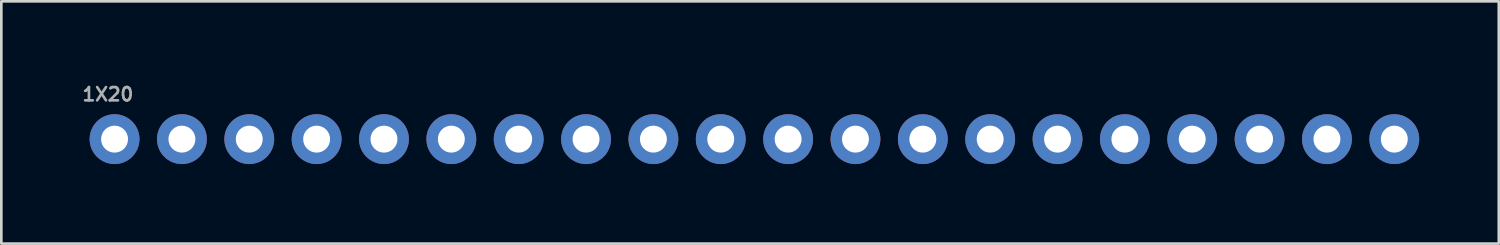
<source format=kicad_pcb>
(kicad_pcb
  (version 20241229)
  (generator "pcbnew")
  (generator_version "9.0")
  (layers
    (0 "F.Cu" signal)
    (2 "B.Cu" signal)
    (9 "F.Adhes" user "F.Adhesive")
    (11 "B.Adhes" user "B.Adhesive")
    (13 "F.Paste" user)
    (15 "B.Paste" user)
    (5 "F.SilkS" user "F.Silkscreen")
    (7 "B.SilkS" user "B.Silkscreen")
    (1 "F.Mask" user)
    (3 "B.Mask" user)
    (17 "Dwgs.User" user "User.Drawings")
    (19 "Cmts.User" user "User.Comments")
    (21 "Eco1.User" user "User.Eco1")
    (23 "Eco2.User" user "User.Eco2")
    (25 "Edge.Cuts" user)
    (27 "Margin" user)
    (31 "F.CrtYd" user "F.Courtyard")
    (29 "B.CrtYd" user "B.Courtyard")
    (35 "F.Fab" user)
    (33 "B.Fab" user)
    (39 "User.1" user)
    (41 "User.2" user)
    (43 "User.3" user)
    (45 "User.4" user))
  (footprint "1X20"
    (layer "F.Cu")
    (at 1.27 2.197)
    (property "Reference" "1X20" (at -1.27 -1.397 0) (layer "F.Fab") (effects (font (size 0.5 0.5) (thickness 0.1)) (justify left bottom)))
    (fp_poly (pts (xy -0.254 0.254) (xy 0.254 0.254) (xy 0.254 -0.254) (xy -0.254 -0.254)) (stroke (width 0.1) (type default)) (fill no) (layer "F.Fab"))
    (fp_poly (pts (xy 2.286 0.254) (xy 2.794 0.254) (xy 2.794 -0.254) (xy 2.286 -0.254)) (stroke (width 0.1) (type default)) (fill no) (layer "F.Fab"))
    (fp_poly (pts (xy 4.826 0.254) (xy 5.334 0.254) (xy 5.334 -0.254) (xy 4.826 -0.254)) (stroke (width 0.1) (type default)) (fill no) (layer "F.Fab"))
    (fp_poly (pts (xy 7.366 0.254) (xy 7.874 0.254) (xy 7.874 -0.254) (xy 7.366 -0.254)) (stroke (width 0.1) (type default)) (fill no) (layer "F.Fab"))
    (fp_poly (pts (xy 9.906 0.254) (xy 10.414 0.254) (xy 10.414 -0.254) (xy 9.906 -0.254)) (stroke (width 0.1) (type default)) (fill no) (layer "F.Fab"))
    (fp_poly (pts (xy 12.446 0.254) (xy 12.954 0.254) (xy 12.954 -0.254) (xy 12.446 -0.254)) (stroke (width 0.1) (type default)) (fill no) (layer "F.Fab"))
    (fp_poly (pts (xy 14.986 0.254) (xy 15.494 0.254) (xy 15.494 -0.254) (xy 14.986 -0.254)) (stroke (width 0.1) (type default)) (fill no) (layer "F.Fab"))
    (fp_poly (pts (xy 17.526 0.254) (xy 18.034 0.254) (xy 18.034 -0.254) (xy 17.526 -0.254)) (stroke (width 0.1) (type default)) (fill no) (layer "F.Fab"))
    (fp_poly (pts (xy 20.066 0.254) (xy 20.574 0.254) (xy 20.574 -0.254) (xy 20.066 -0.254)) (stroke (width 0.1) (type default)) (fill no) (layer "F.Fab"))
    (fp_poly (pts (xy 22.606 0.254) (xy 23.114 0.254) (xy 23.114 -0.254) (xy 22.606 -0.254)) (stroke (width 0.1) (type default)) (fill no) (layer "F.Fab"))
    (fp_poly (pts (xy 25.146 0.254) (xy 25.654 0.254) (xy 25.654 -0.254) (xy 25.146 -0.254)) (stroke (width 0.1) (type default)) (fill no) (layer "F.Fab"))
    (fp_poly (pts (xy 27.686 0.254) (xy 28.194 0.254) (xy 28.194 -0.254) (xy 27.686 -0.254)) (stroke (width 0.1) (type default)) (fill no) (layer "F.Fab"))
    (fp_poly (pts (xy 30.226 0.254) (xy 30.734 0.254) (xy 30.734 -0.254) (xy 30.226 -0.254)) (stroke (width 0.1) (type default)) (fill no) (layer "F.Fab"))
    (fp_poly (pts (xy 32.766 0.254) (xy 33.274 0.254) (xy 33.274 -0.254) (xy 32.766 -0.254)) (stroke (width 0.1) (type default)) (fill no) (layer "F.Fab"))
    (fp_poly (pts (xy 35.306 0.254) (xy 35.814 0.254) (xy 35.814 -0.254) (xy 35.306 -0.254)) (stroke (width 0.1) (type default)) (fill no) (layer "F.Fab"))
    (fp_poly (pts (xy 37.846 0.254) (xy 38.354 0.254) (xy 38.354 -0.254) (xy 37.846 -0.254)) (stroke (width 0.1) (type default)) (fill no) (layer "F.Fab"))
    (fp_poly (pts (xy 40.386 0.254) (xy 40.894 0.254) (xy 40.894 -0.254) (xy 40.386 -0.254)) (stroke (width 0.1) (type default)) (fill no) (layer "F.Fab"))
    (fp_poly (pts (xy 42.926 0.254) (xy 43.434 0.254) (xy 43.434 -0.254) (xy 42.926 -0.254)) (stroke (width 0.1) (type default)) (fill no) (layer "F.Fab"))
    (fp_poly (pts (xy 45.466 0.254) (xy 45.974 0.254) (xy 45.974 -0.254) (xy 45.466 -0.254)) (stroke (width 0.1) (type default)) (fill no) (layer "F.Fab"))
    (fp_poly (pts (xy 48.006 0.254) (xy 48.514 0.254) (xy 48.514 -0.254) (xy 48.006 -0.254)) (stroke (width 0.1) (type default)) (fill no) (layer "F.Fab"))
    (pad "1" thru_hole circle (at 0 0 90) (size 1.88 1.88) (drill 1.016) (layers "*.Cu" "*.Mask"))
    (pad "2" thru_hole circle (at 2.54 0 90) (size 1.88 1.88) (drill 1.016) (layers "*.Cu" "*.Mask"))
    (pad "3" thru_hole circle (at 5.08 0 90) (size 1.88 1.88) (drill 1.016) (layers "*.Cu" "*.Mask"))
    (pad "4" thru_hole circle (at 7.62 0 90) (size 1.88 1.88) (drill 1.016) (layers "*.Cu" "*.Mask"))
    (pad "5" thru_hole circle (at 10.16 0 90) (size 1.88 1.88) (drill 1.016) (layers "*.Cu" "*.Mask"))
    (pad "6" thru_hole circle (at 12.7 0 90) (size 1.88 1.88) (drill 1.016) (layers "*.Cu" "*.Mask"))
    (pad "7" thru_hole circle (at 15.24 0 90) (size 1.88 1.88) (drill 1.016) (layers "*.Cu" "*.Mask"))
    (pad "8" thru_hole circle (at 17.78 0 90) (size 1.88 1.88) (drill 1.016) (layers "*.Cu" "*.Mask"))
    (pad "9" thru_hole circle (at 20.32 0 90) (size 1.88 1.88) (drill 1.016) (layers "*.Cu" "*.Mask"))
    (pad "10" thru_hole circle (at 22.86 0 90) (size 1.88 1.88) (drill 1.016) (layers "*.Cu" "*.Mask"))
    (pad "11" thru_hole circle (at 25.4 0 90) (size 1.88 1.88) (drill 1.016) (layers "*.Cu" "*.Mask"))
    (pad "12" thru_hole circle (at 27.94 0 90) (size 1.88 1.88) (drill 1.016) (layers "*.Cu" "*.Mask"))
    (pad "13" thru_hole circle (at 30.48 0 90) (size 1.88 1.88) (drill 1.016) (layers "*.Cu" "*.Mask"))
    (pad "14" thru_hole circle (at 33.02 0 90) (size 1.88 1.88) (drill 1.016) (layers "*.Cu" "*.Mask"))
    (pad "15" thru_hole circle (at 35.56 0 90) (size 1.88 1.88) (drill 1.016) (layers "*.Cu" "*.Mask"))
    (pad "16" thru_hole circle (at 38.1 0 90) (size 1.88 1.88) (drill 1.016) (layers "*.Cu" "*.Mask"))
    (pad "17" thru_hole circle (at 40.64 0 90) (size 1.88 1.88) (drill 1.016) (layers "*.Cu" "*.Mask"))
    (pad "18" thru_hole circle (at 43.18 0 90) (size 1.88 1.88) (drill 1.016) (layers "*.Cu" "*.Mask"))
    (pad "19" thru_hole circle (at 45.72 0 90) (size 1.88 1.88) (drill 1.016) (layers "*.Cu" "*.Mask"))
    (pad "20" thru_hole circle (at 48.26 0 90) (size 1.88 1.88) (drill 1.016) (layers "*.Cu" "*.Mask")))
  (gr_rect
    (start -3 -3)
    (end 53.47 6.137)
    (stroke (width 0.1) (type default))
    (fill no)
    (layer "Edge.Cuts")))
</source>
